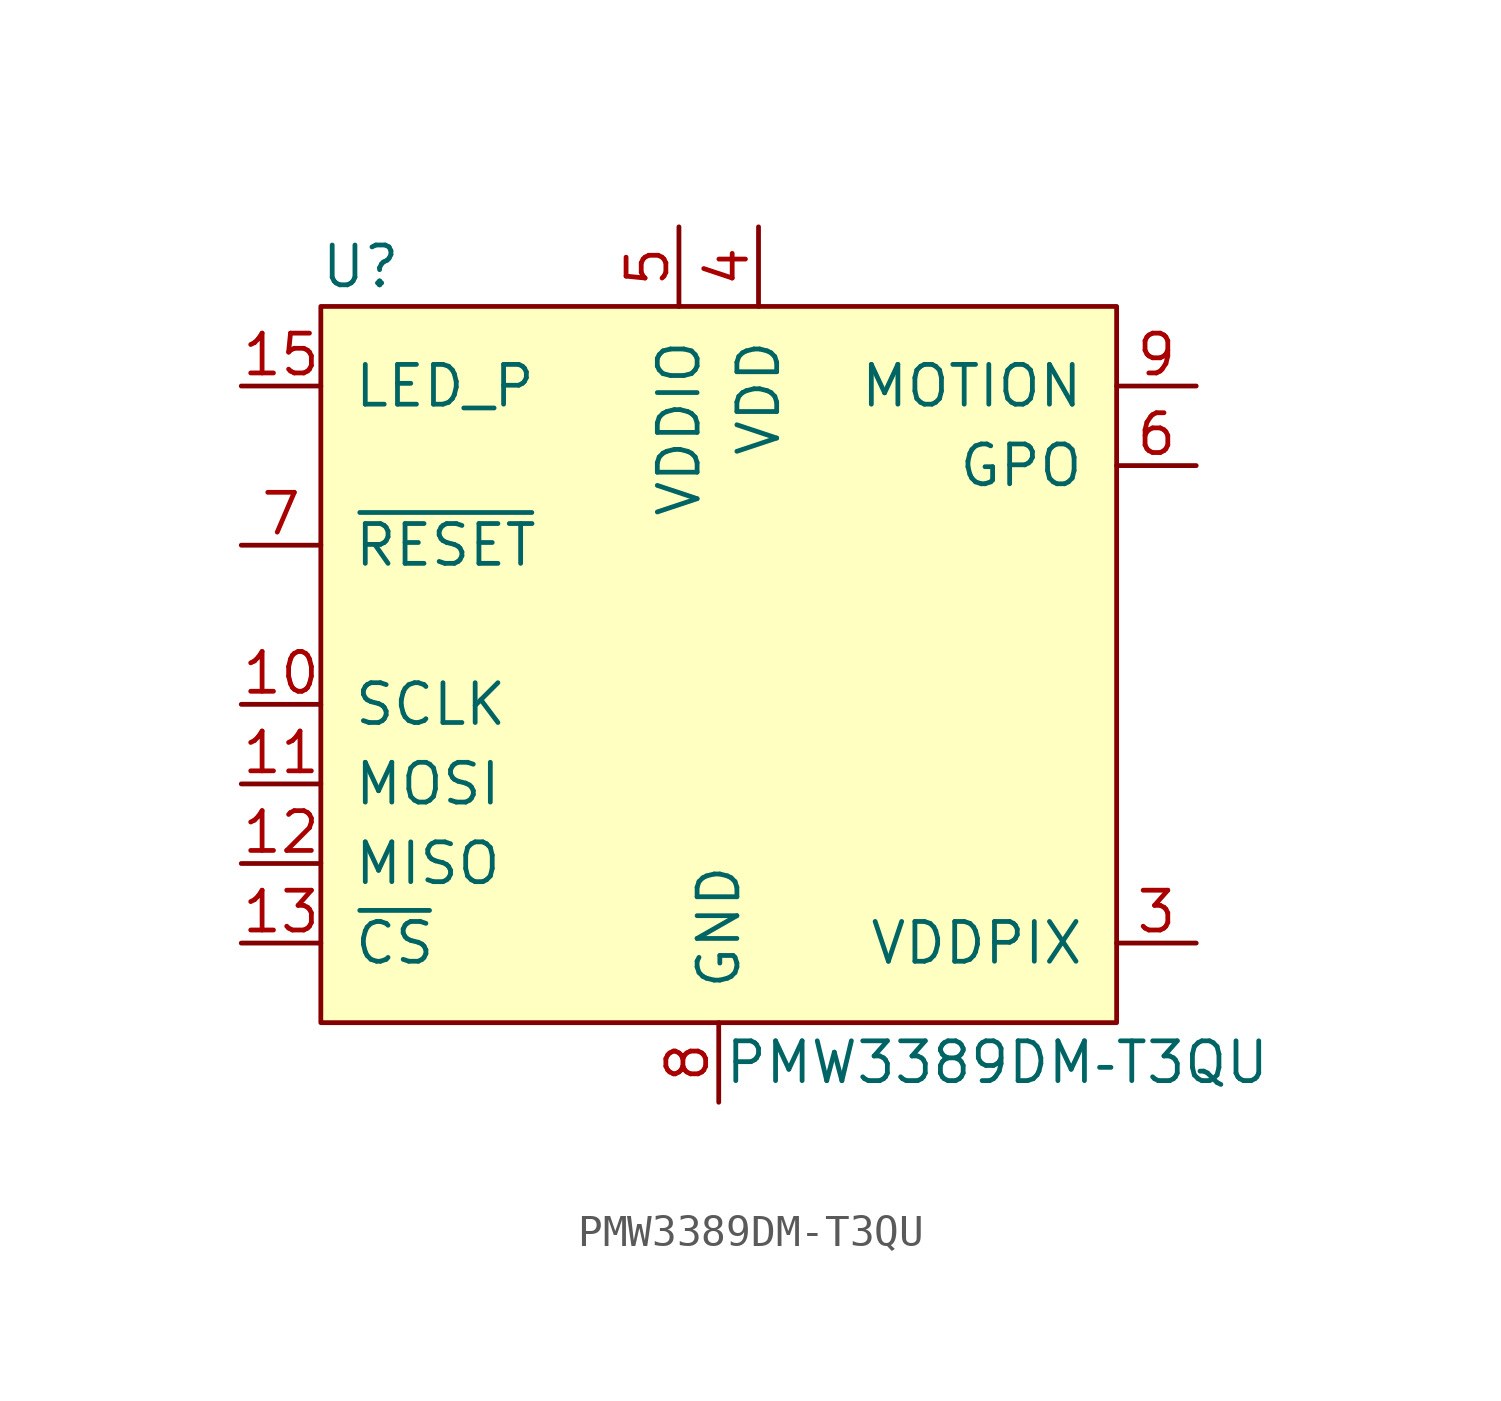
<source format=kicad_sym>
(kicad_symbol_lib
  (version 20211014)
  (generator kicad_symbol_editor)
  (symbol "PMW3389DM‐T3QU"
    (pin_names
      (offset 1.016))
    (property "Reference" "U"
      (at -11.43 13.97 0)
      (effects (font (size 1.27 1.27))))
    (property "Value" "PMW3389DM‐T3QU"
      (at 8.89 -11.43 0)
      (effects (font (size 1.27 1.27))))
    (symbol "PMW3389DM‐T3QU_0_1"
      (rectangle (start -12.7 12.7) (end 12.7 -10.16) (stroke (width 0) (type default) (color 0 0 0 0)) (fill (type background))))
    (symbol "PMW3389DM‐T3QU_1_1"
      (pin input line (at -15.24 0 0) (length 2.54) (name "SCLK" (effects (font (size 1.27 1.27)))) (number "10" (effects (font (size 1.27 1.27)))))
      (pin input line (at -15.24 -2.54 0) (length 2.54) (name "MOSI" (effects (font (size 1.27 1.27)))) (number "11" (effects (font (size 1.27 1.27)))))
      (pin output line (at -15.24 -5.08 0) (length 2.54) (name "MISO" (effects (font (size 1.27 1.27)))) (number "12" (effects (font (size 1.27 1.27)))))
      (pin input line (at -15.24 -7.62 0) (length 2.54) (name "~{CS}" (effects (font (size 1.27 1.27)))) (number "13" (effects (font (size 1.27 1.27)))))
      (pin input line (at -15.24 10.16 0) (length 2.54) (name "LED_P" (effects (font (size 1.27 1.27)))) (number "15" (effects (font (size 1.27 1.27)))))
      (pin power_out line (at 15.24 -7.62 180) (length 2.54) (name "VDDPIX" (effects (font (size 1.27 1.27)))) (number "3" (effects (font (size 1.27 1.27)))))
      (pin power_in line (at 1.27 15.24 270) (length 2.54) (name "VDD" (effects (font (size 1.27 1.27)))) (number "4" (effects (font (size 1.27 1.27)))))
      (pin power_in line (at -1.27 15.24 270) (length 2.54) (name "VDDIO" (effects (font (size 1.27 1.27)))) (number "5" (effects (font (size 1.27 1.27)))))
      (pin output line (at 15.24 7.62 180) (length 2.54) (name "GPO" (effects (font (size 1.27 1.27)))) (number "6" (effects (font (size 1.27 1.27)))))
      (pin input line (at -15.24 5.08 0) (length 2.54) (name "~{RESET}" (effects (font (size 1.27 1.27)))) (number "7" (effects (font (size 1.27 1.27)))))
      (pin power_in line (at 0 -12.7 90) (length 2.54) (name "GND" (effects (font (size 1.27 1.27)))) (number "8" (effects (font (size 1.27 1.27)))))
      (pin output line (at 15.24 10.16 180) (length 2.54) (name "MOTION" (effects (font (size 1.27 1.27)))) (number "9" (effects (font (size 1.27 1.27))))))))
</source>
